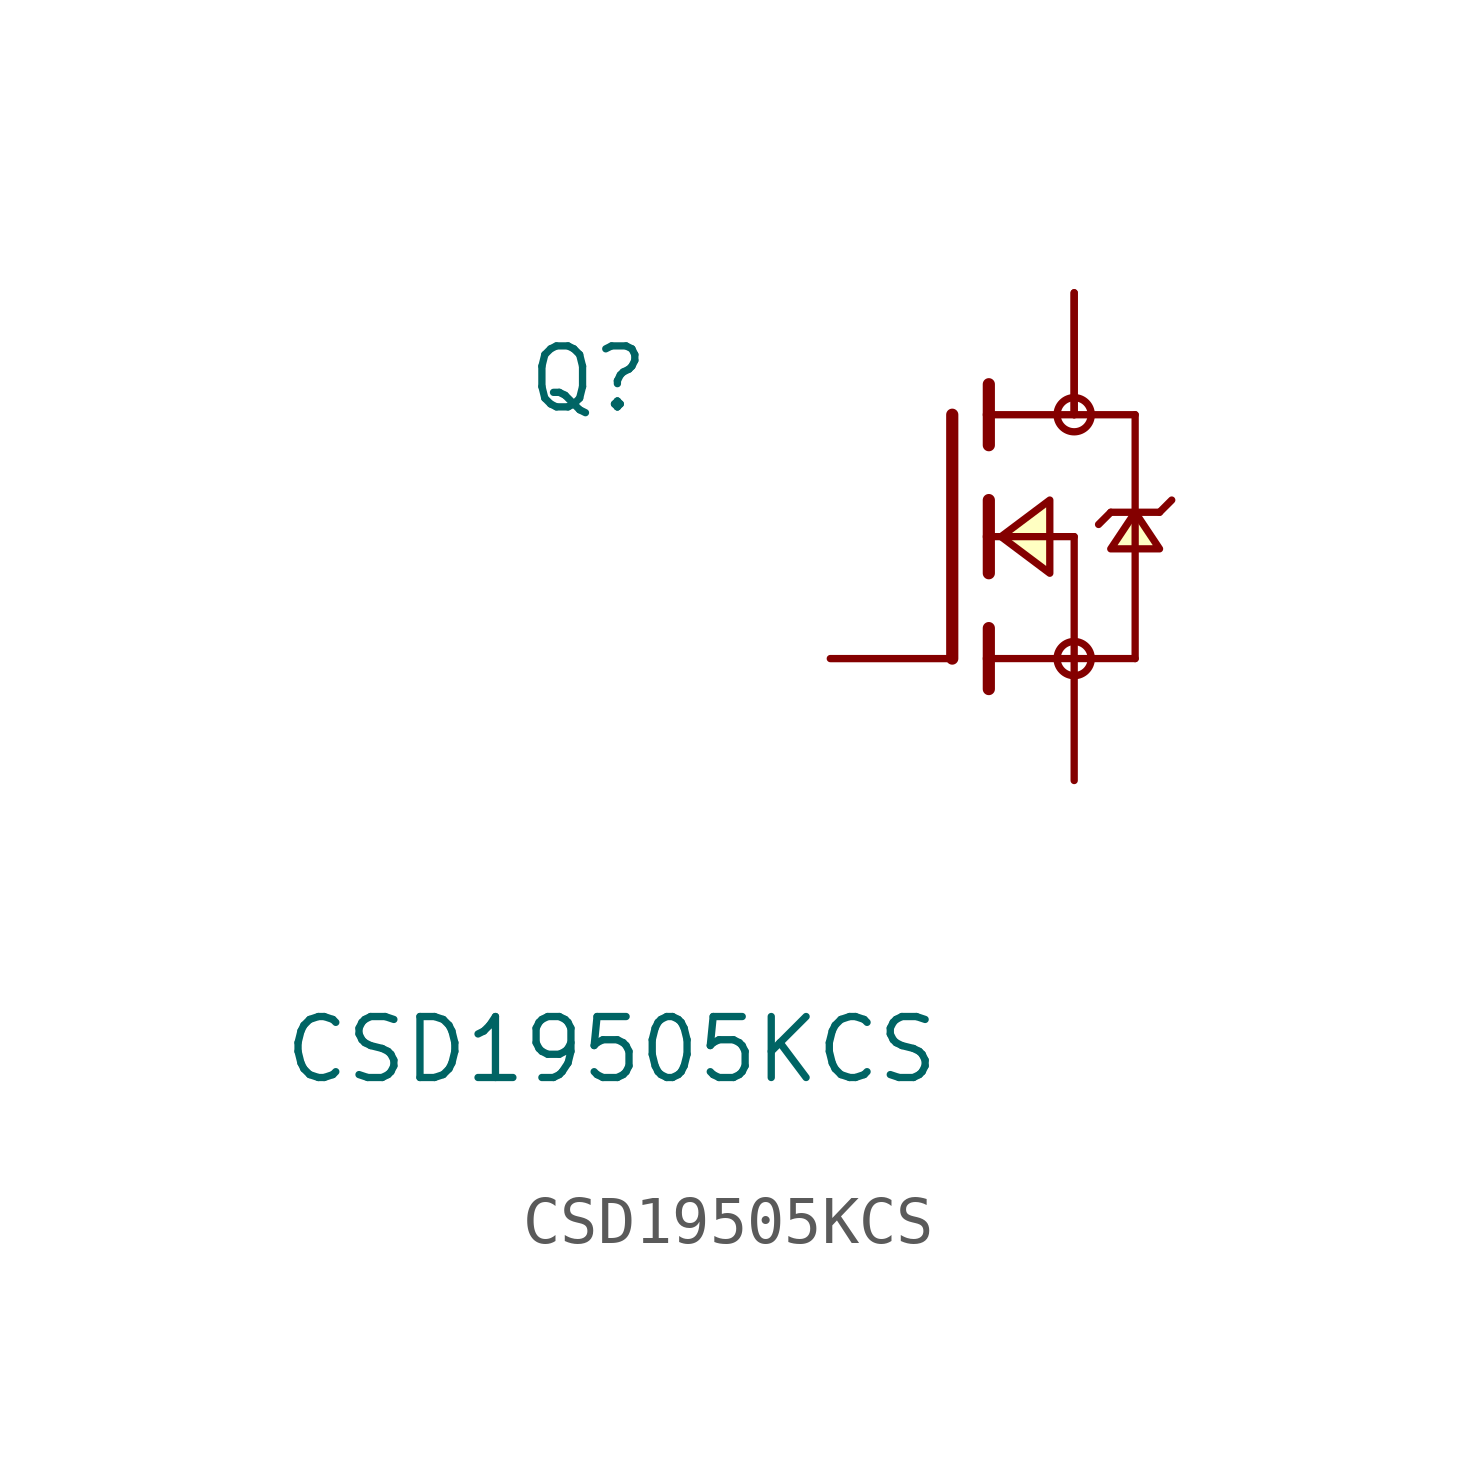
<source format=kicad_sym>
(kicad_symbol_lib
  (version 20211014)
  (generator kicad_symbol_editor)
  (symbol "CSD19505KCS"
    (pin_numbers hide)
    (pin_names
      (offset 1.016) hide)
    (property "Reference" "Q"
      (at -8.89 2.54 0)
      (effects (font (size 1.27 1.27)) (justify left bottom)))
    (property "Value" "CSD19505KCS"
      (at -13.97 -11.43 0)
      (effects (font (size 1.27 1.27)) (justify left bottom)))
    (symbol "CSD19505KCS_0_0"
      (polyline (pts (xy 0 2.54) (xy 0 -2.54)) (stroke (width 0.254) (type default) (color 0 0 0 0)) (fill (type none)))
      (polyline (pts (xy 0.762 -2.54) (xy 0.762 -3.175)) (stroke (width 0.254) (type default) (color 0 0 0 0)) (fill (type none)))
      (polyline (pts (xy 0.762 -1.905) (xy 0.762 -2.54)) (stroke (width 0.254) (type default) (color 0 0 0 0)) (fill (type none)))
      (polyline (pts (xy 0.762 0) (xy 0.762 -0.762)) (stroke (width 0.254) (type default) (color 0 0 0 0)) (fill (type none)))
      (polyline (pts (xy 0.762 0) (xy 2.54 0)) (stroke (width 0.152) (type default) (color 0 0 0 0)) (fill (type none)))
      (polyline (pts (xy 0.762 0.762) (xy 0.762 0)) (stroke (width 0.254) (type default) (color 0 0 0 0)) (fill (type none)))
      (polyline (pts (xy 0.762 2.54) (xy 0.762 1.905)) (stroke (width 0.254) (type default) (color 0 0 0 0)) (fill (type none)))
      (polyline (pts (xy 0.762 2.54) (xy 3.81 2.54)) (stroke (width 0.152) (type default) (color 0 0 0 0)) (fill (type none)))
      (polyline (pts (xy 0.762 3.175) (xy 0.762 2.54)) (stroke (width 0.254) (type default) (color 0 0 0 0)) (fill (type none)))
      (polyline (pts (xy 2.54 -2.54) (xy 0.762 -2.54)) (stroke (width 0.152) (type default) (color 0 0 0 0)) (fill (type none)))
      (polyline (pts (xy 2.54 -2.54) (xy 3.81 -2.54)) (stroke (width 0.152) (type default) (color 0 0 0 0)) (fill (type none)))
      (polyline (pts (xy 2.54 0) (xy 2.54 -2.54)) (stroke (width 0.152) (type default) (color 0 0 0 0)) (fill (type none)))
      (polyline (pts (xy 3.302 0.508) (xy 3.048 0.254)) (stroke (width 0.152) (type default) (color 0 0 0 0)) (fill (type none)))
      (polyline (pts (xy 3.81 0.508) (xy 3.302 0.508)) (stroke (width 0.152) (type default) (color 0 0 0 0)) (fill (type none)))
      (polyline (pts (xy 3.81 0.508) (xy 3.81 -2.54)) (stroke (width 0.152) (type default) (color 0 0 0 0)) (fill (type none)))
      (polyline (pts (xy 3.81 2.54) (xy 3.81 0.508)) (stroke (width 0.152) (type default) (color 0 0 0 0)) (fill (type none)))
      (polyline (pts (xy 4.318 0.508) (xy 3.81 0.508)) (stroke (width 0.152) (type default) (color 0 0 0 0)) (fill (type none)))
      (polyline (pts (xy 4.572 0.762) (xy 4.318 0.508)) (stroke (width 0.152) (type default) (color 0 0 0 0)) (fill (type none)))
      (polyline (pts (xy 1.016 0) (xy 2.032 0.762) (xy 2.032 -0.762) (xy 1.016 0)) (stroke (width 0.152) (type default) (color 0 0 0 0)) (fill (type background)))
      (polyline (pts (xy 3.81 0.508) (xy 3.302 -0.254) (xy 4.318 -0.254) (xy 3.81 0.508)) (stroke (width 0.152) (type default) (color 0 0 0 0)) (fill (type background)))
      (circle (center 2.54 -2.54) (radius 0.356) (stroke (width 0) (type default) (color 0 0 0 0)) (fill (type none)))
      (circle (center 2.54 2.54) (radius 0.356) (stroke (width 0) (type default) (color 0 0 0 0)) (fill (type none)))
      (pin passive line (at -2.54 -2.54 0) (length 2.54) (name "Gate" (effects (font (size 1.016 1.016)))) (number "1" (effects (font (size 1.016 1.016)))))
      (pin passive line (at 2.54 5.08 270) (length 2.54) (name "Drain" (effects (font (size 1.016 1.016)))) (number "2" (effects (font (size 1.016 1.016)))))
      (pin passive line (at 2.54 -5.08 90) (length 2.54) (name "Source" (effects (font (size 1.016 1.016)))) (number "3" (effects (font (size 1.016 1.016)))))
      (pin passive line (at 2.54 5.08 270) (length 2.54) (name "TAB" (effects (font (size 1.016 1.016)))) (number "4" (effects (font (size 1.016 1.016))))))))
</source>
